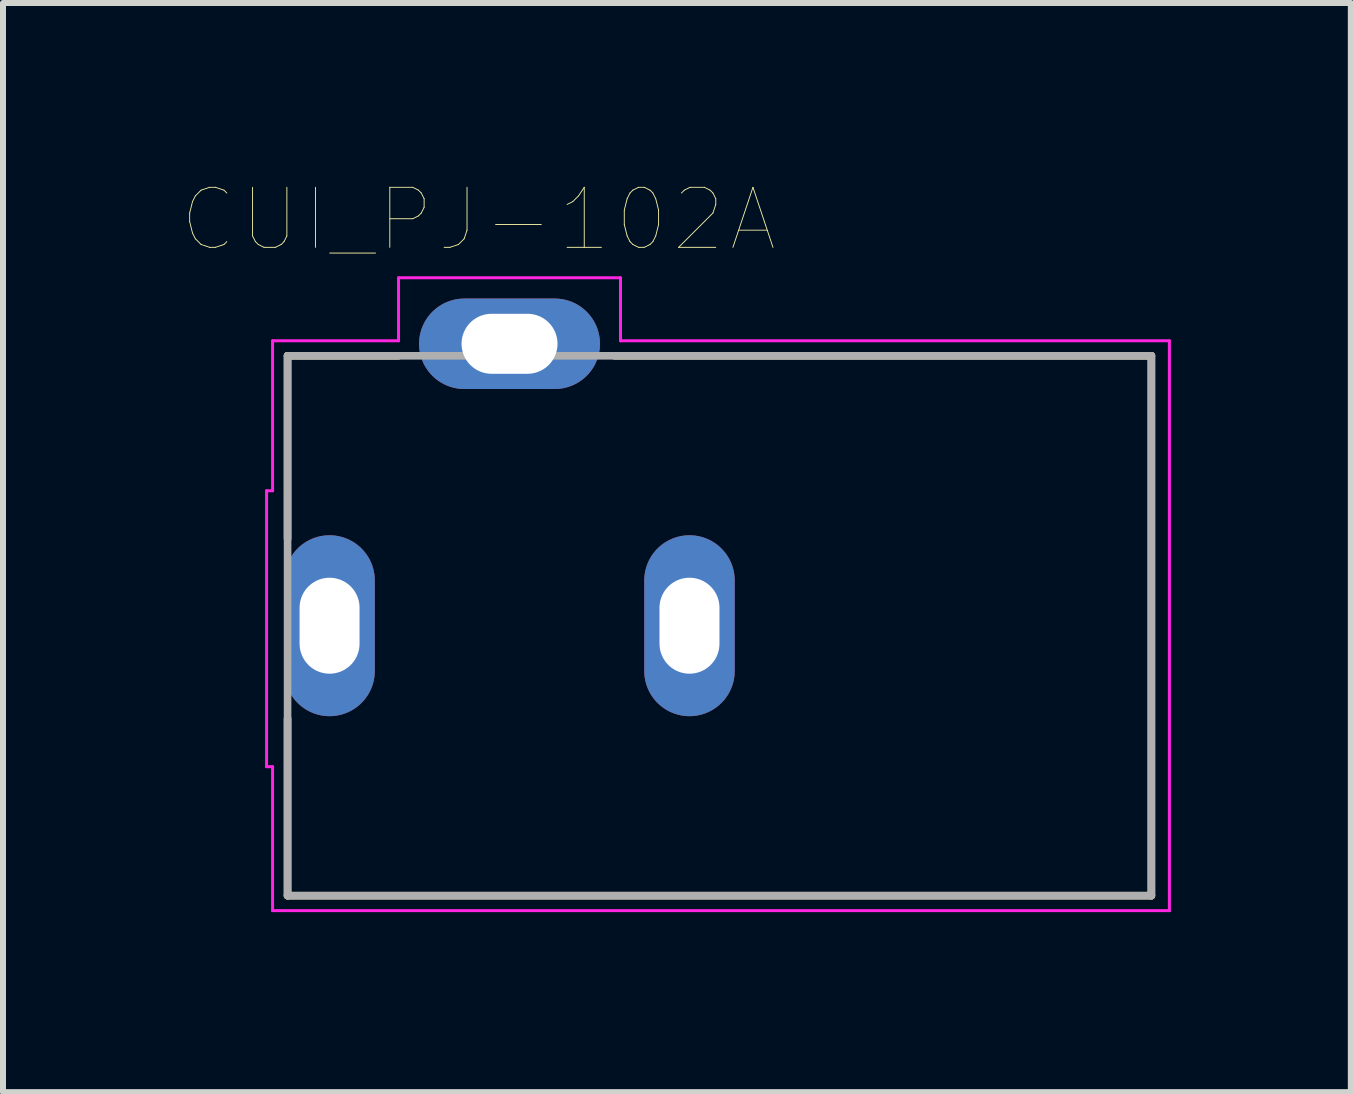
<source format=kicad_pcb>
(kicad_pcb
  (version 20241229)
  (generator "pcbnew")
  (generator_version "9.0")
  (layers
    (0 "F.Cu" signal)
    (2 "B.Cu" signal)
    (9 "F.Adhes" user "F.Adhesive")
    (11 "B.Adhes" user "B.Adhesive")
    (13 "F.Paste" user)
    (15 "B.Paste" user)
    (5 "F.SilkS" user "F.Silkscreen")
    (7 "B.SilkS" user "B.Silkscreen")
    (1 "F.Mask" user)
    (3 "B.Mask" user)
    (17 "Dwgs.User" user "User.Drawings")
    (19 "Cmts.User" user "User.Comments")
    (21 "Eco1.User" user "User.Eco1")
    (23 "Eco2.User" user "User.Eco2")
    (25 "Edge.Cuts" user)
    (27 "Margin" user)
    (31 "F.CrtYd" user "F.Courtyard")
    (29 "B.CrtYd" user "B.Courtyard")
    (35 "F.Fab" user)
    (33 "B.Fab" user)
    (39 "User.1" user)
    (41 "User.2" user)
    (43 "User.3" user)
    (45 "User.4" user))
  (footprint "CUI_PJ-102A"
    (layer "F.Cu")
    (at 8.944 7.381)
    (property "Reference" "CUI_PJ-102A" (at -4.018 -6.77 0) (layer "F.SilkS") (effects (font (size 1.001 1.001) (thickness 0.015))))
    (attr through_hole)
    (fp_line (start -7.2 -4.5) (end -5.35 -4.5) (stroke (width 0.127) (type solid)) (layer "F.SilkS"))
    (fp_line (start -7.2 -1.45) (end -7.2 -4.5) (stroke (width 0.127) (type solid)) (layer "F.SilkS"))
    (fp_line (start -7.2 4.5) (end -7.2 1.55) (stroke (width 0.127) (type solid)) (layer "F.SilkS"))
    (fp_line (start -1.75 -4.5) (end 7.2 -4.5) (stroke (width 0.127) (type solid)) (layer "F.SilkS"))
    (fp_line (start 7.2 -4.5) (end 7.2 4.5) (stroke (width 0.127) (type solid)) (layer "F.SilkS"))
    (fp_line (start 7.2 4.5) (end -7.2 4.5) (stroke (width 0.127) (type solid)) (layer "F.SilkS"))
    (fp_line (start -7.55 -2.25) (end -7.55 2.35) (stroke (width 0.05) (type solid)) (layer "F.CrtYd"))
    (fp_line (start -7.55 2.35) (end -7.45 2.35) (stroke (width 0.05) (type solid)) (layer "F.CrtYd"))
    (fp_line (start -7.45 -4.75) (end -5.35 -4.75) (stroke (width 0.05) (type solid)) (layer "F.CrtYd"))
    (fp_line (start -7.45 -2.25) (end -7.55 -2.25) (stroke (width 0.05) (type solid)) (layer "F.CrtYd"))
    (fp_line (start -7.45 -2.25) (end -7.45 -4.75) (stroke (width 0.05) (type solid)) (layer "F.CrtYd"))
    (fp_line (start -7.45 4.75) (end -7.45 2.35) (stroke (width 0.05) (type solid)) (layer "F.CrtYd"))
    (fp_line (start -5.35 -5.8) (end -1.65 -5.8) (stroke (width 0.05) (type solid)) (layer "F.CrtYd"))
    (fp_line (start -5.35 -4.75) (end -5.35 -5.8) (stroke (width 0.05) (type solid)) (layer "F.CrtYd"))
    (fp_line (start -1.65 -5.8) (end -1.65 -4.75) (stroke (width 0.05) (type solid)) (layer "F.CrtYd"))
    (fp_line (start -1.65 -4.75) (end 7.5 -4.75) (stroke (width 0.05) (type solid)) (layer "F.CrtYd"))
    (fp_line (start 7.5 -4.75) (end 7.5 4.75) (stroke (width 0.05) (type solid)) (layer "F.CrtYd"))
    (fp_line (start 7.5 4.75) (end -7.45 4.75) (stroke (width 0.05) (type solid)) (layer "F.CrtYd"))
    (fp_line (start -7.2 -4.5) (end 7.2 -4.5) (stroke (width 0.127) (type solid)) (layer "F.Fab"))
    (fp_line (start -7.2 4.5) (end -7.2 -4.5) (stroke (width 0.127) (type solid)) (layer "F.Fab"))
    (fp_line (start 7.2 -4.5) (end 7.2 4.5) (stroke (width 0.127) (type solid)) (layer "F.Fab"))
    (fp_line (start 7.2 4.5) (end -7.2 4.5) (stroke (width 0.127) (type solid)) (layer "F.Fab"))
    (pad "1" thru_hole oval (at -6.5 0) (size 1.508 3.016) (drill oval 1 1.6) (layers "*.Cu" "*.Mask"))
    (pad "2" thru_hole oval (at -0.5 0) (size 1.508 3.016) (drill oval 1 1.6) (layers "*.Cu" "*.Mask"))
    (pad "3" thru_hole oval (at -3.5 -4.7) (size 3.016 1.508) (drill oval 1.6 1) (layers "*.Cu" "*.Mask")))
  (gr_rect
    (start -3 -3)
    (end 19.469 15.156)
    (stroke (width 0.1) (type default))
    (fill no)
    (layer "Edge.Cuts")))
</source>
